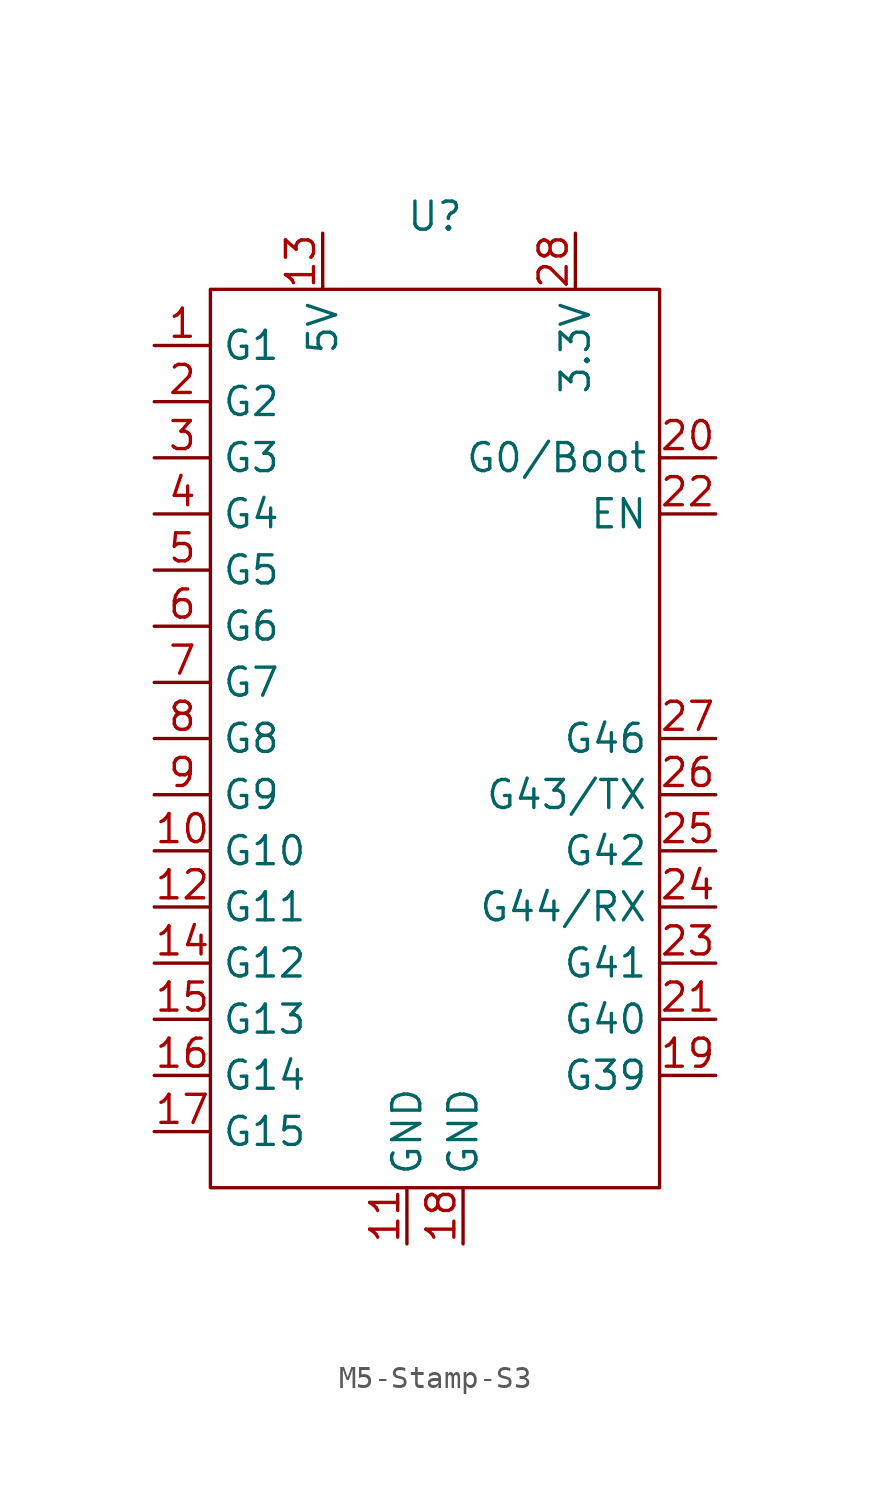
<source format=kicad_sym>
(kicad_symbol_lib
  (version 20231120)
  (generator "kicad_symbol_editor")
  (generator_version "8.0")
  (symbol "M5-Stamp-S3"
    (property "Reference" "U"
      (at 0 5.842 0)
      (effects (font (size 1.27 1.27))))
    (property "Value" ""
      (at 0 3.81 0)
      (effects (font (size 1.27 1.27))))
    (symbol "M5-Stamp-S3_0_1"
      (rectangle (start -10.16 2.54) (end 10.16 -38.1) (stroke (width 0) (type default)) (fill (type none))))
    (symbol "M5-Stamp-S3_1_1"
      (pin bidirectional line (at -12.7 0 0) (length 2.54) (name "G1" (effects (font (size 1.27 1.27)))) (number "1" (effects (font (size 1.27 1.27)))))
      (pin bidirectional line (at -12.7 -22.86 0) (length 2.54) (name "G10" (effects (font (size 1.27 1.27)))) (number "10" (effects (font (size 1.27 1.27)))))
      (pin power_in line (at -1.27 -40.64 90) (length 2.54) (name "GND" (effects (font (size 1.27 1.27)))) (number "11" (effects (font (size 1.27 1.27)))))
      (pin bidirectional line (at -12.7 -25.4 0) (length 2.54) (name "G11" (effects (font (size 1.27 1.27)))) (number "12" (effects (font (size 1.27 1.27)))))
      (pin power_in line (at -5.08 5.08 270) (length 2.54) (name "5V" (effects (font (size 1.27 1.27)))) (number "13" (effects (font (size 1.27 1.27)))))
      (pin bidirectional line (at -12.7 -27.94 0) (length 2.54) (name "G12" (effects (font (size 1.27 1.27)))) (number "14" (effects (font (size 1.27 1.27)))))
      (pin bidirectional line (at -12.7 -30.48 0) (length 2.54) (name "G13" (effects (font (size 1.27 1.27)))) (number "15" (effects (font (size 1.27 1.27)))))
      (pin bidirectional line (at -12.7 -33.02 0) (length 2.54) (name "G14" (effects (font (size 1.27 1.27)))) (number "16" (effects (font (size 1.27 1.27)))))
      (pin bidirectional line (at -12.7 -35.56 0) (length 2.54) (name "G15" (effects (font (size 1.27 1.27)))) (number "17" (effects (font (size 1.27 1.27)))))
      (pin power_in line (at 1.27 -40.64 90) (length 2.54) (name "GND" (effects (font (size 1.27 1.27)))) (number "18" (effects (font (size 1.27 1.27)))))
      (pin bidirectional line (at 12.7 -33.02 180) (length 2.54) (name "G39" (effects (font (size 1.27 1.27)))) (number "19" (effects (font (size 1.27 1.27)))))
      (pin bidirectional line (at -12.7 -2.54 0) (length 2.54) (name "G2" (effects (font (size 1.27 1.27)))) (number "2" (effects (font (size 1.27 1.27)))))
      (pin bidirectional line (at 12.7 -5.08 180) (length 2.54) (name "G0/Boot" (effects (font (size 1.27 1.27)))) (number "20" (effects (font (size 1.27 1.27)))))
      (pin bidirectional line (at 12.7 -30.48 180) (length 2.54) (name "G40" (effects (font (size 1.27 1.27)))) (number "21" (effects (font (size 1.27 1.27)))))
      (pin bidirectional line (at 12.7 -7.62 180) (length 2.54) (name "EN" (effects (font (size 1.27 1.27)))) (number "22" (effects (font (size 1.27 1.27)))))
      (pin bidirectional line (at 12.7 -27.94 180) (length 2.54) (name "G41" (effects (font (size 1.27 1.27)))) (number "23" (effects (font (size 1.27 1.27)))))
      (pin bidirectional line (at 12.7 -25.4 180) (length 2.54) (name "G44/RX" (effects (font (size 1.27 1.27)))) (number "24" (effects (font (size 1.27 1.27)))))
      (pin bidirectional line (at 12.7 -22.86 180) (length 2.54) (name "G42" (effects (font (size 1.27 1.27)))) (number "25" (effects (font (size 1.27 1.27)))))
      (pin bidirectional line (at 12.7 -20.32 180) (length 2.54) (name "G43/TX" (effects (font (size 1.27 1.27)))) (number "26" (effects (font (size 1.27 1.27)))))
      (pin bidirectional line (at 12.7 -17.78 180) (length 2.54) (name "G46" (effects (font (size 1.27 1.27)))) (number "27" (effects (font (size 1.27 1.27)))))
      (pin power_in line (at 6.35 5.08 270) (length 2.54) (name "3.3V" (effects (font (size 1.27 1.27)))) (number "28" (effects (font (size 1.27 1.27)))))
      (pin bidirectional line (at -12.7 -5.08 0) (length 2.54) (name "G3" (effects (font (size 1.27 1.27)))) (number "3" (effects (font (size 1.27 1.27)))))
      (pin bidirectional line (at -12.7 -7.62 0) (length 2.54) (name "G4" (effects (font (size 1.27 1.27)))) (number "4" (effects (font (size 1.27 1.27)))))
      (pin bidirectional line (at -12.7 -10.16 0) (length 2.54) (name "G5" (effects (font (size 1.27 1.27)))) (number "5" (effects (font (size 1.27 1.27)))))
      (pin bidirectional line (at -12.7 -12.7 0) (length 2.54) (name "G6" (effects (font (size 1.27 1.27)))) (number "6" (effects (font (size 1.27 1.27)))))
      (pin bidirectional line (at -12.7 -15.24 0) (length 2.54) (name "G7" (effects (font (size 1.27 1.27)))) (number "7" (effects (font (size 1.27 1.27)))))
      (pin bidirectional line (at -12.7 -17.78 0) (length 2.54) (name "G8" (effects (font (size 1.27 1.27)))) (number "8" (effects (font (size 1.27 1.27)))))
      (pin bidirectional line (at -12.7 -20.32 0) (length 2.54) (name "G9" (effects (font (size 1.27 1.27)))) (number "9" (effects (font (size 1.27 1.27))))))))
</source>
